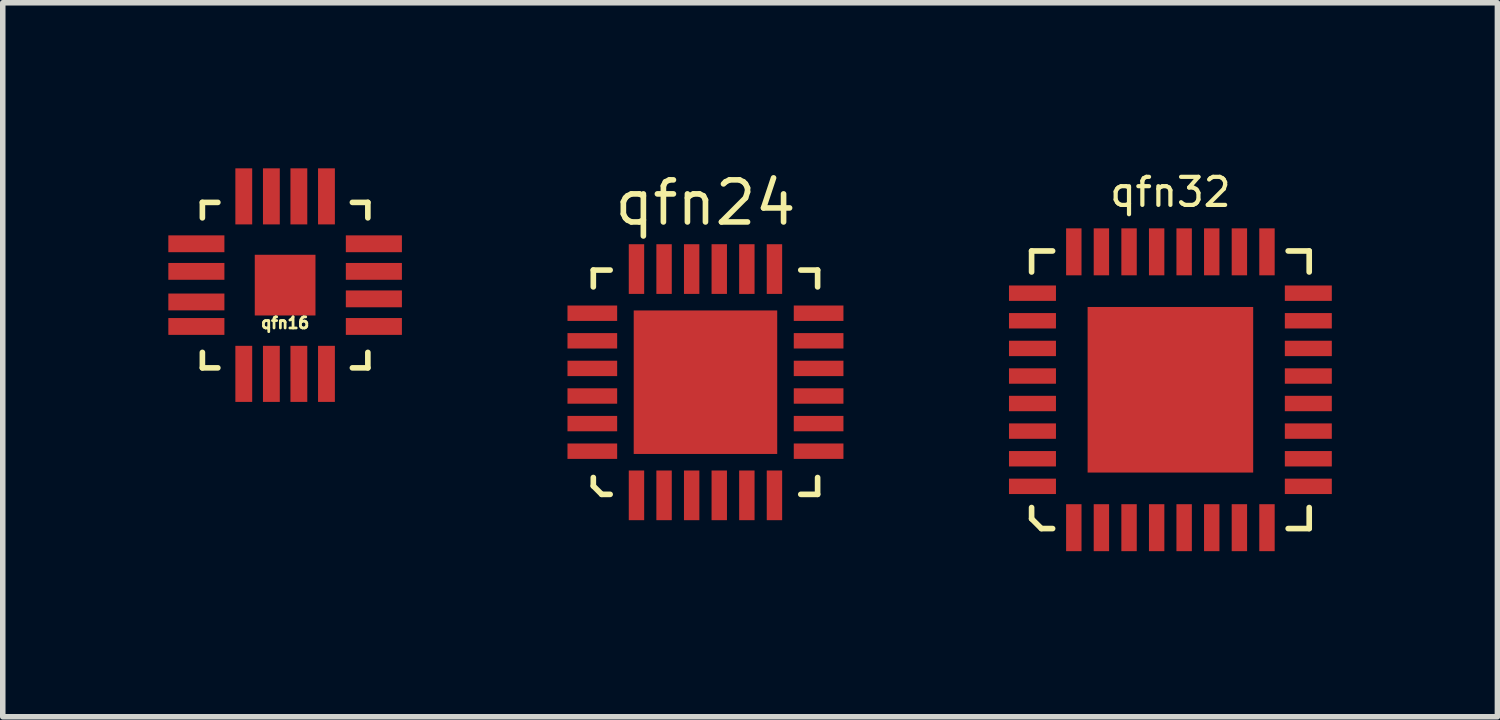
<source format=kicad_pcb>
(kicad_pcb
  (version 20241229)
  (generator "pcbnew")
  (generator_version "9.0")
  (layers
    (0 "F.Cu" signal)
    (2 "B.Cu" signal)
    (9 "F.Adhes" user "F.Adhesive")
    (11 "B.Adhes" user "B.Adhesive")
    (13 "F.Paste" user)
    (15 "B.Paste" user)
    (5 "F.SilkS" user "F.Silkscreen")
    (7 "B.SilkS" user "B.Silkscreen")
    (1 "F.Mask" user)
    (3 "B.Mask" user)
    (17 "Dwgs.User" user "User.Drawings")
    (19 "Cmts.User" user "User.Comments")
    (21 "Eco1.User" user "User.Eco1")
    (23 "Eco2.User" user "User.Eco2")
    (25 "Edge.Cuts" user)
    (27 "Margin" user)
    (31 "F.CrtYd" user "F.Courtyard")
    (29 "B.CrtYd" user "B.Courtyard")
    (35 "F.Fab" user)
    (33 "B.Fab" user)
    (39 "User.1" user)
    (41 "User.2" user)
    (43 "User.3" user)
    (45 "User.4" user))
  (footprint "qfn32"
    (layer "F.Cu")
    (at 18.156 4.012)
    (property "Reference" "qfn32" (at 0 -3.581 0) (layer "F.SilkS") (effects (font (size 0.508 0.508) (thickness 0.076))))
    (attr smd)
    (fp_line (start -2.515 -2.515) (end -2.515 -2.134) (stroke (width 0.102) (type solid)) (layer "F.SilkS"))
    (fp_line (start -2.515 -2.515) (end -2.134 -2.515) (stroke (width 0.102) (type solid)) (layer "F.SilkS"))
    (fp_line (start -2.515 2.337) (end -2.515 2.134) (stroke (width 0.102) (type solid)) (layer "F.SilkS"))
    (fp_line (start -2.337 2.515) (end -2.515 2.337) (stroke (width 0.102) (type solid)) (layer "F.SilkS"))
    (fp_line (start -2.134 2.515) (end -2.337 2.515) (stroke (width 0.102) (type solid)) (layer "F.SilkS"))
    (fp_line (start 2.515 -2.515) (end 2.134 -2.515) (stroke (width 0.102) (type solid)) (layer "F.SilkS"))
    (fp_line (start 2.515 -2.515) (end 2.515 -2.134) (stroke (width 0.102) (type solid)) (layer "F.SilkS"))
    (fp_line (start 2.515 2.515) (end 2.134 2.515) (stroke (width 0.102) (type solid)) (layer "F.SilkS"))
    (fp_line (start 2.515 2.515) (end 2.515 2.134) (stroke (width 0.102) (type solid)) (layer "F.SilkS"))
    (pad "1" smd rect (at -1.75 2.499) (size 0.279 0.851) (layers "F.Cu" "F.Mask" "F.Paste"))
    (pad "2" smd rect (at -1.25 2.499) (size 0.279 0.851) (layers "F.Cu" "F.Mask" "F.Paste"))
    (pad "3" smd rect (at -0.749 2.499) (size 0.279 0.851) (layers "F.Cu" "F.Mask" "F.Paste"))
    (pad "4" smd rect (at -0.249 2.499) (size 0.279 0.851) (layers "F.Cu" "F.Mask" "F.Paste"))
    (pad "5" smd rect (at 0.249 2.499) (size 0.279 0.851) (layers "F.Cu" "F.Mask" "F.Paste"))
    (pad "6" smd rect (at 0.749 2.499) (size 0.279 0.851) (layers "F.Cu" "F.Mask" "F.Paste"))
    (pad "7" smd rect (at 1.25 2.499) (size 0.279 0.851) (layers "F.Cu" "F.Mask" "F.Paste"))
    (pad "8" smd rect (at 1.75 2.499) (size 0.279 0.851) (layers "F.Cu" "F.Mask" "F.Paste"))
    (pad "9" smd rect (at 2.499 1.75 90) (size 0.279 0.851) (layers "F.Cu" "F.Mask" "F.Paste"))
    (pad "10" smd rect (at 2.499 1.25 90) (size 0.279 0.851) (layers "F.Cu" "F.Mask" "F.Paste"))
    (pad "11" smd rect (at 2.499 0.749 90) (size 0.279 0.851) (layers "F.Cu" "F.Mask" "F.Paste"))
    (pad "12" smd rect (at 2.499 0.249 90) (size 0.279 0.851) (layers "F.Cu" "F.Mask" "F.Paste"))
    (pad "13" smd rect (at 2.499 -0.249 90) (size 0.279 0.851) (layers "F.Cu" "F.Mask" "F.Paste"))
    (pad "14" smd rect (at 2.499 -0.749 90) (size 0.279 0.851) (layers "F.Cu" "F.Mask" "F.Paste"))
    (pad "15" smd rect (at 2.499 -1.25 90) (size 0.279 0.851) (layers "F.Cu" "F.Mask" "F.Paste"))
    (pad "16" smd rect (at 2.499 -1.75 90) (size 0.279 0.851) (layers "F.Cu" "F.Mask" "F.Paste"))
    (pad "17" smd rect (at 1.75 -2.499) (size 0.279 0.851) (layers "F.Cu" "F.Mask" "F.Paste"))
    (pad "18" smd rect (at 1.25 -2.499) (size 0.279 0.851) (layers "F.Cu" "F.Mask" "F.Paste"))
    (pad "19" smd rect (at 0.749 -2.499) (size 0.279 0.851) (layers "F.Cu" "F.Mask" "F.Paste"))
    (pad "20" smd rect (at 0.249 -2.499) (size 0.279 0.851) (layers "F.Cu" "F.Mask" "F.Paste"))
    (pad "21" smd rect (at -0.249 -2.499) (size 0.279 0.851) (layers "F.Cu" "F.Mask" "F.Paste"))
    (pad "22" smd rect (at -0.749 -2.499) (size 0.279 0.851) (layers "F.Cu" "F.Mask" "F.Paste"))
    (pad "23" smd rect (at -1.25 -2.499) (size 0.279 0.851) (layers "F.Cu" "F.Mask" "F.Paste"))
    (pad "24" smd rect (at -1.75 -2.499) (size 0.279 0.851) (layers "F.Cu" "F.Mask" "F.Paste"))
    (pad "25" smd rect (at -2.499 -1.75 90) (size 0.279 0.851) (layers "F.Cu" "F.Mask" "F.Paste"))
    (pad "26" smd rect (at -2.499 -1.25 90) (size 0.279 0.851) (layers "F.Cu" "F.Mask" "F.Paste"))
    (pad "27" smd rect (at -2.499 -0.749 90) (size 0.279 0.851) (layers "F.Cu" "F.Mask" "F.Paste"))
    (pad "28" smd rect (at -2.499 -0.249 90) (size 0.279 0.851) (layers "F.Cu" "F.Mask" "F.Paste"))
    (pad "29" smd rect (at -2.499 0.249 90) (size 0.279 0.851) (layers "F.Cu" "F.Mask" "F.Paste"))
    (pad "30" smd rect (at -2.499 0.749 90) (size 0.279 0.851) (layers "F.Cu" "F.Mask" "F.Paste"))
    (pad "31" smd rect (at -2.499 1.25 90) (size 0.279 0.851) (layers "F.Cu" "F.Mask" "F.Paste"))
    (pad "32" smd rect (at -2.499 1.75 90) (size 0.279 0.851) (layers "F.Cu" "F.Mask" "F.Paste"))
    (pad "PAD" smd rect (at 0 0) (size 3 3) (layers "F.Cu" "F.Mask" "F.Paste")))
  (footprint "qfn24"
    (layer "F.Cu")
    (at 9.732 3.875)
    (property "Reference" "qfn24" (at 0 -3.251 0) (layer "F.SilkS") (effects (font (size 0.762 0.762) (thickness 0.102))))
    (attr smd)
    (fp_line (start -2.032 -2.032) (end -2.032 -1.727) (stroke (width 0.102) (type solid)) (layer "F.SilkS"))
    (fp_line (start -2.032 -2.032) (end -1.727 -2.032) (stroke (width 0.102) (type solid)) (layer "F.SilkS"))
    (fp_line (start -2.032 1.727) (end -2.032 1.88) (stroke (width 0.102) (type solid)) (layer "F.SilkS"))
    (fp_line (start -2.032 1.88) (end -1.88 2.032) (stroke (width 0.102) (type solid)) (layer "F.SilkS"))
    (fp_line (start -1.88 2.032) (end -1.727 2.032) (stroke (width 0.102) (type solid)) (layer "F.SilkS"))
    (fp_line (start 2.032 -2.032) (end 1.727 -2.032) (stroke (width 0.102) (type solid)) (layer "F.SilkS"))
    (fp_line (start 2.032 -2.032) (end 2.032 -1.727) (stroke (width 0.102) (type solid)) (layer "F.SilkS"))
    (fp_line (start 2.032 2.032) (end 1.727 2.032) (stroke (width 0.102) (type solid)) (layer "F.SilkS"))
    (fp_line (start 2.032 2.032) (end 2.032 1.727) (stroke (width 0.102) (type solid)) (layer "F.SilkS"))
    (pad "1" smd rect (at -1.25 2.05) (size 0.279 0.9) (layers "F.Cu" "F.Mask" "F.Paste"))
    (pad "2" smd rect (at -0.75 2.05) (size 0.279 0.9) (layers "F.Cu" "F.Mask" "F.Paste"))
    (pad "3" smd rect (at -0.25 2.05) (size 0.279 0.9) (layers "F.Cu" "F.Mask" "F.Paste"))
    (pad "4" smd rect (at 0.25 2.05) (size 0.279 0.9) (layers "F.Cu" "F.Mask" "F.Paste"))
    (pad "5" smd rect (at 0.75 2.05) (size 0.279 0.9) (layers "F.Cu" "F.Mask" "F.Paste"))
    (pad "6" smd rect (at 1.25 2.05) (size 0.279 0.9) (layers "F.Cu" "F.Mask" "F.Paste"))
    (pad "7" smd rect (at 2.05 1.25 90) (size 0.279 0.9) (layers "F.Cu" "F.Mask" "F.Paste"))
    (pad "8" smd rect (at 2.05 0.75 90) (size 0.279 0.9) (layers "F.Cu" "F.Mask" "F.Paste"))
    (pad "9" smd rect (at 2.05 0.25 90) (size 0.279 0.9) (layers "F.Cu" "F.Mask" "F.Paste"))
    (pad "10" smd rect (at 2.05 -0.25 90) (size 0.279 0.9) (layers "F.Cu" "F.Mask" "F.Paste"))
    (pad "11" smd rect (at 2.05 -0.75 90) (size 0.279 0.9) (layers "F.Cu" "F.Mask" "F.Paste"))
    (pad "12" smd rect (at 2.05 -1.25 90) (size 0.279 0.9) (layers "F.Cu" "F.Mask" "F.Paste"))
    (pad "13" smd rect (at 1.25 -2.05 180) (size 0.279 0.9) (layers "F.Cu" "F.Mask" "F.Paste"))
    (pad "14" smd rect (at 0.75 -2.05 180) (size 0.279 0.9) (layers "F.Cu" "F.Mask" "F.Paste"))
    (pad "15" smd rect (at 0.25 -2.05 180) (size 0.279 0.9) (layers "F.Cu" "F.Mask" "F.Paste"))
    (pad "16" smd rect (at -0.25 -2.05 180) (size 0.279 0.9) (layers "F.Cu" "F.Mask" "F.Paste"))
    (pad "17" smd rect (at -0.75 -2.05 180) (size 0.279 0.9) (layers "F.Cu" "F.Mask" "F.Paste"))
    (pad "18" smd rect (at -1.25 -2.05 180) (size 0.279 0.9) (layers "F.Cu" "F.Mask" "F.Paste"))
    (pad "19" smd rect (at -2.05 -1.25 270) (size 0.279 0.9) (layers "F.Cu" "F.Mask" "F.Paste"))
    (pad "20" smd rect (at -2.05 -0.75 270) (size 0.279 0.9) (layers "F.Cu" "F.Mask" "F.Paste"))
    (pad "21" smd rect (at -2.05 -0.25 270) (size 0.279 0.9) (layers "F.Cu" "F.Mask" "F.Paste"))
    (pad "22" smd rect (at -2.05 0.25 270) (size 0.279 0.9) (layers "F.Cu" "F.Mask" "F.Paste"))
    (pad "23" smd rect (at -2.05 0.75 270) (size 0.279 0.9) (layers "F.Cu" "F.Mask" "F.Paste"))
    (pad "24" smd rect (at -2.05 1.25 270) (size 0.279 0.9) (layers "F.Cu" "F.Mask" "F.Paste"))
    (pad "PAD" smd rect (at 0 0) (size 2.6 2.6) (layers "F.Cu" "F.Mask" "F.Paste")))
  (footprint "qfn16"
    (layer "F.Cu")
    (at 2.116 2.116)
    (property "Reference" "qfn16" (at 0 0.686 0) (layer "F.SilkS") (effects (font (size 0.201 0.201) (thickness 0.051))))
    (attr through_hole)
    (fp_line (start -1.499 -1.499) (end -1.499 -1.219) (stroke (width 0.102) (type solid)) (layer "F.SilkS"))
    (fp_line (start -1.499 1.219) (end -1.499 1.499) (stroke (width 0.102) (type solid)) (layer "F.SilkS"))
    (fp_line (start -1.499 1.499) (end -1.219 1.499) (stroke (width 0.102) (type solid)) (layer "F.SilkS"))
    (fp_line (start -1.219 -1.499) (end -1.499 -1.499) (stroke (width 0.102) (type solid)) (layer "F.SilkS"))
    (fp_line (start 1.499 -1.499) (end 1.219 -1.499) (stroke (width 0.102) (type solid)) (layer "F.SilkS"))
    (fp_line (start 1.499 -1.219) (end 1.499 -1.499) (stroke (width 0.102) (type solid)) (layer "F.SilkS"))
    (fp_line (start 1.499 1.219) (end 1.499 1.499) (stroke (width 0.102) (type solid)) (layer "F.SilkS"))
    (fp_line (start 1.499 1.499) (end 1.219 1.499) (stroke (width 0.102) (type solid)) (layer "F.SilkS"))
    (pad "1" smd rect (at 1.608 0.749) (size 1.016 0.305) (layers "F.Cu" "F.Mask" "F.Paste"))
    (pad "2" smd rect (at 1.608 0.249) (size 1.016 0.305) (layers "F.Cu" "F.Mask" "F.Paste"))
    (pad "3" smd rect (at 1.608 -0.249) (size 1.016 0.305) (layers "F.Cu" "F.Mask" "F.Paste"))
    (pad "4" smd rect (at 1.608 -0.749) (size 1.016 0.305) (layers "F.Cu" "F.Mask" "F.Paste"))
    (pad "5" smd rect (at 0.749 -1.608 90) (size 1.016 0.305) (layers "F.Cu" "F.Mask" "F.Paste"))
    (pad "6" smd rect (at 0.249 -1.608 90) (size 1.016 0.305) (layers "F.Cu" "F.Mask" "F.Paste"))
    (pad "7" smd rect (at -0.249 -1.608 90) (size 1.016 0.305) (layers "F.Cu" "F.Mask" "F.Paste"))
    (pad "8" smd rect (at -0.749 -1.608 90) (size 1.016 0.305) (layers "F.Cu" "F.Mask" "F.Paste"))
    (pad "9" smd rect (at -1.608 -0.749 180) (size 1.016 0.305) (layers "F.Cu" "F.Mask" "F.Paste"))
    (pad "10" smd rect (at -1.608 -0.249 180) (size 1.016 0.305) (layers "F.Cu" "F.Mask" "F.Paste"))
    (pad "11" smd rect (at -1.608 0.305 180) (size 1.016 0.305) (layers "F.Cu" "F.Mask" "F.Paste"))
    (pad "12" smd rect (at -1.608 0.749 180) (size 1.016 0.305) (layers "F.Cu" "F.Mask" "F.Paste"))
    (pad "13" smd rect (at -0.749 1.608 270) (size 1.016 0.305) (layers "F.Cu" "F.Mask" "F.Paste"))
    (pad "14" smd rect (at -0.249 1.608 270) (size 1.016 0.305) (layers "F.Cu" "F.Mask" "F.Paste"))
    (pad "15" smd rect (at 0.249 1.608 270) (size 1.016 0.305) (layers "F.Cu" "F.Mask" "F.Paste"))
    (pad "16" smd rect (at 0.749 1.608 270) (size 1.016 0.305) (layers "F.Cu" "F.Mask" "F.Paste"))
    (pad "EP" smd rect (at 0 0) (size 1.1 1.1) (layers "F.Cu" "F.Mask" "F.Paste")))
  (gr_rect
    (start -3 -3)
    (end 24.081 9.937)
    (stroke (width 0.1) (type default))
    (fill no)
    (layer "Edge.Cuts")))
</source>
